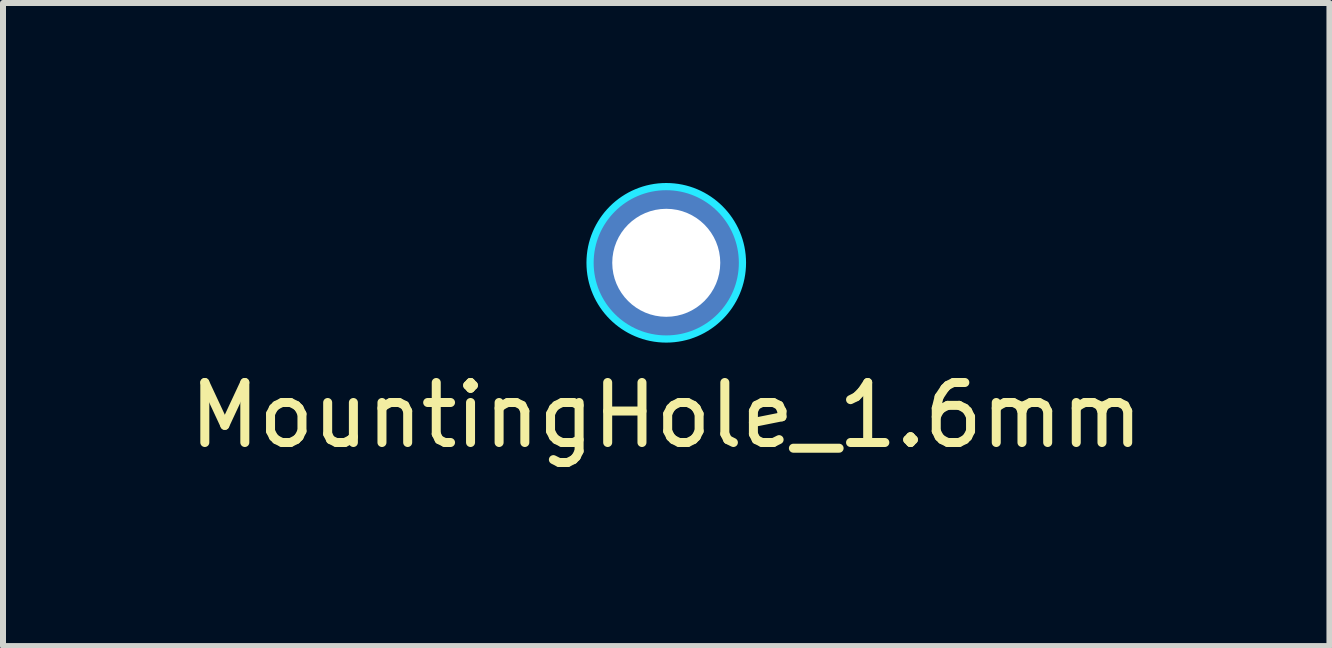
<source format=kicad_pcb>
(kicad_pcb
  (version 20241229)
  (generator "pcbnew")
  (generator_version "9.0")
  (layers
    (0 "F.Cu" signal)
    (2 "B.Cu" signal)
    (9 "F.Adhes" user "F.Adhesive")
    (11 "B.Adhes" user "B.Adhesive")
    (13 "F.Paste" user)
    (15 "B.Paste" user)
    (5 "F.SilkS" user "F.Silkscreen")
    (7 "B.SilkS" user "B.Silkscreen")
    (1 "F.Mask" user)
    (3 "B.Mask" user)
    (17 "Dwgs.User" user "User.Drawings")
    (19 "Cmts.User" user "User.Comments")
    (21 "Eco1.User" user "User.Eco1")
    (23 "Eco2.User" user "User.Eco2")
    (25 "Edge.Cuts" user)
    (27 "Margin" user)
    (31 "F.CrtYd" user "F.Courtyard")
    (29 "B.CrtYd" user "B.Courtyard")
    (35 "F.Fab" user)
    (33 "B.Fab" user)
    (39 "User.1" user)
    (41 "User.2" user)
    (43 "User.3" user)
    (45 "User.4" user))
  (footprint "MountingHole_1.6mm"
    (layer "F.Cu")
    (at 8.054 1.33)
    (property "Reference" "MountingHole_1.6mm" (at 0 2.54 0) (layer "F.SilkS") (effects (font (size 1 1) (thickness 0.15))))
    (attr through_hole)
    (fp_circle (center 0 0) (end 0 -1.27) (stroke (width 0.12) (type solid)) (fill no) (layer "B.CrtYd"))
    (pad "1" thru_hole circle (at 0 0) (size 2.5 2.5) (drill 1.8) (layers "*.Cu" "*.Mask")))
  (gr_rect
    (start -3 -3)
    (end 19.107 7.718)
    (stroke (width 0.1) (type default))
    (fill no)
    (layer "Edge.Cuts")))
</source>
